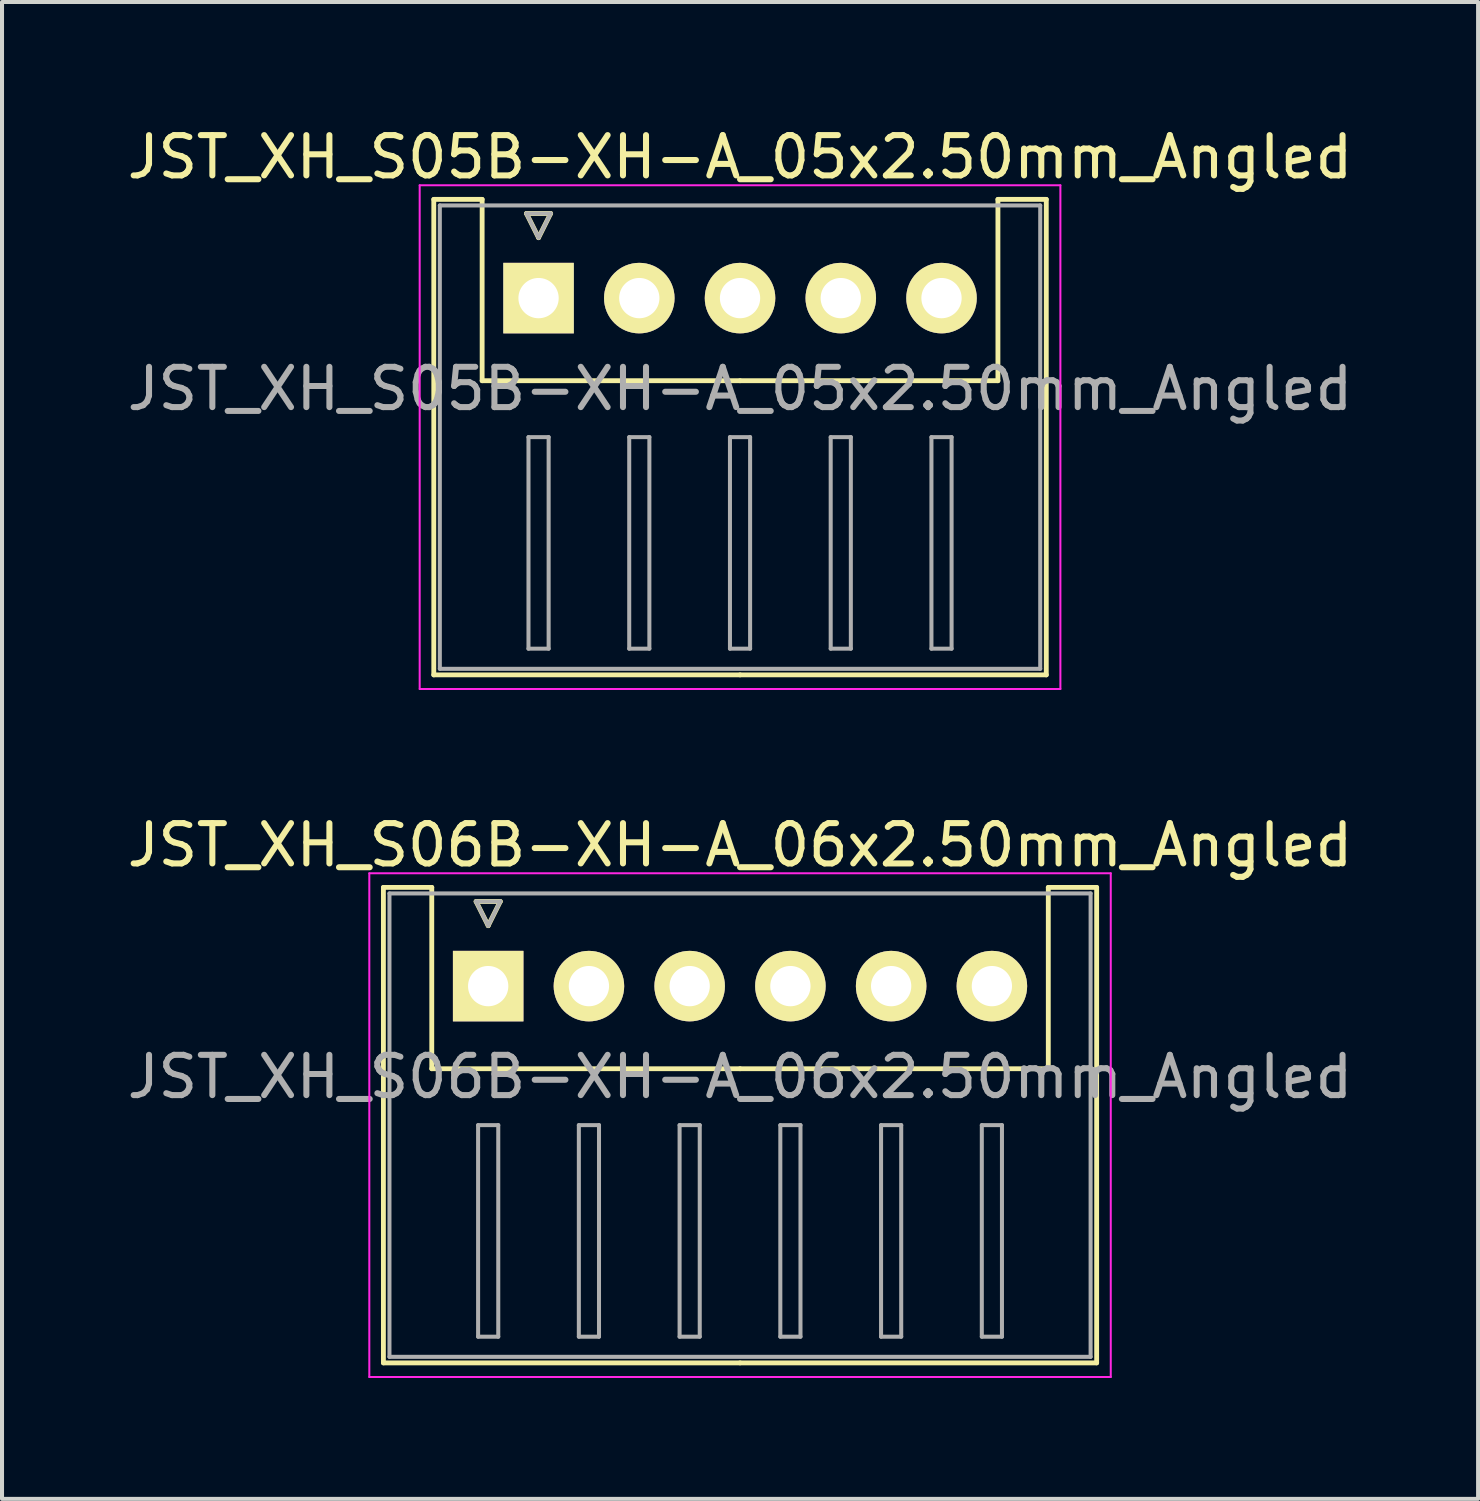
<source format=kicad_pcb>
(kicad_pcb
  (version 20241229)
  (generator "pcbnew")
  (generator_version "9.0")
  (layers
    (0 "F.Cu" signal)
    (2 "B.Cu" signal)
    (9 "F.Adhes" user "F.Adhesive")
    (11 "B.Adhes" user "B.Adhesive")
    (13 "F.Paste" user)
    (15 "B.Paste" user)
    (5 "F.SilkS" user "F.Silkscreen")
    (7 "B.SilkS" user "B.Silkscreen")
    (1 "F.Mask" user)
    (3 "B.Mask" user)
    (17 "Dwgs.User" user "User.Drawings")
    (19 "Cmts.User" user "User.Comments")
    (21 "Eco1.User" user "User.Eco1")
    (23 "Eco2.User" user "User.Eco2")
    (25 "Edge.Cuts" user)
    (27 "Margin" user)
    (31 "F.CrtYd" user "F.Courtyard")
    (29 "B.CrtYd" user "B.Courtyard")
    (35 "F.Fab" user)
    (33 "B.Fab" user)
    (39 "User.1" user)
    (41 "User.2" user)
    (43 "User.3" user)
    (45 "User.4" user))
  (footprint "JST_XH_S05B-XH-A_05x2.50mm_Angled"
    (layer "F.Cu")
    (at 10.315 4.348)
    (property "Reference" "JST_XH_S05B-XH-A_05x2.50mm_Angled" (at 5 -3.5 0) (layer "F.SilkS") (effects (font (size 1 1) (thickness 0.15))))
    (attr through_hole)
    (fp_line (start -2.6 -2.45) (end -1.4 -2.45) (stroke (width 0.12) (type solid)) (layer "F.SilkS"))
    (fp_line (start -2.6 9.35) (end -2.6 -2.45) (stroke (width 0.12) (type solid)) (layer "F.SilkS"))
    (fp_line (start -1.4 -2.45) (end -1.4 2.05) (stroke (width 0.12) (type solid)) (layer "F.SilkS"))
    (fp_line (start -1.4 2.05) (end 5 2.05) (stroke (width 0.12) (type solid)) (layer "F.SilkS"))
    (fp_line (start -0.3 -2.1) (end 0.3 -2.1) (stroke (width 0.12) (type solid)) (layer "F.SilkS"))
    (fp_line (start 0 -1.5) (end -0.3 -2.1) (stroke (width 0.12) (type solid)) (layer "F.SilkS"))
    (fp_line (start 0.3 -2.1) (end 0 -1.5) (stroke (width 0.12) (type solid)) (layer "F.SilkS"))
    (fp_line (start 5 9.35) (end -2.6 9.35) (stroke (width 0.12) (type solid)) (layer "F.SilkS"))
    (fp_line (start 5 9.35) (end 12.6 9.35) (stroke (width 0.12) (type solid)) (layer "F.SilkS"))
    (fp_line (start 11.4 -2.45) (end 11.4 2.05) (stroke (width 0.12) (type solid)) (layer "F.SilkS"))
    (fp_line (start 11.4 2.05) (end 5 2.05) (stroke (width 0.12) (type solid)) (layer "F.SilkS"))
    (fp_line (start 12.6 -2.45) (end 11.4 -2.45) (stroke (width 0.12) (type solid)) (layer "F.SilkS"))
    (fp_line (start 12.6 9.35) (end 12.6 -2.45) (stroke (width 0.12) (type solid)) (layer "F.SilkS"))
    (fp_line (start -2.95 -2.8) (end -2.95 9.7) (stroke (width 0.05) (type solid)) (layer "F.CrtYd"))
    (fp_line (start -2.95 9.7) (end 12.95 9.7) (stroke (width 0.05) (type solid)) (layer "F.CrtYd"))
    (fp_line (start 12.95 -2.8) (end -2.95 -2.8) (stroke (width 0.05) (type solid)) (layer "F.CrtYd"))
    (fp_line (start 12.95 9.7) (end 12.95 -2.8) (stroke (width 0.05) (type solid)) (layer "F.CrtYd"))
    (fp_line (start -2.45 -2.3) (end -2.45 9.2) (stroke (width 0.1) (type solid)) (layer "F.Fab"))
    (fp_line (start -2.45 9.2) (end 12.45 9.2) (stroke (width 0.1) (type solid)) (layer "F.Fab"))
    (fp_line (start -0.3 -2.1) (end 0.3 -2.1) (stroke (width 0.1) (type solid)) (layer "F.Fab"))
    (fp_line (start -0.25 3.45) (end -0.25 8.7) (stroke (width 0.1) (type solid)) (layer "F.Fab"))
    (fp_line (start -0.25 8.7) (end 0.25 8.7) (stroke (width 0.1) (type solid)) (layer "F.Fab"))
    (fp_line (start 0 -1.5) (end -0.3 -2.1) (stroke (width 0.1) (type solid)) (layer "F.Fab"))
    (fp_line (start 0.25 3.45) (end -0.25 3.45) (stroke (width 0.1) (type solid)) (layer "F.Fab"))
    (fp_line (start 0.25 8.7) (end 0.25 3.45) (stroke (width 0.1) (type solid)) (layer "F.Fab"))
    (fp_line (start 0.3 -2.1) (end 0 -1.5) (stroke (width 0.1) (type solid)) (layer "F.Fab"))
    (fp_line (start 2.25 3.45) (end 2.25 8.7) (stroke (width 0.1) (type solid)) (layer "F.Fab"))
    (fp_line (start 2.25 8.7) (end 2.75 8.7) (stroke (width 0.1) (type solid)) (layer "F.Fab"))
    (fp_line (start 2.75 3.45) (end 2.25 3.45) (stroke (width 0.1) (type solid)) (layer "F.Fab"))
    (fp_line (start 2.75 8.7) (end 2.75 3.45) (stroke (width 0.1) (type solid)) (layer "F.Fab"))
    (fp_line (start 4.75 3.45) (end 4.75 8.7) (stroke (width 0.1) (type solid)) (layer "F.Fab"))
    (fp_line (start 4.75 8.7) (end 5.25 8.7) (stroke (width 0.1) (type solid)) (layer "F.Fab"))
    (fp_line (start 5.25 3.45) (end 4.75 3.45) (stroke (width 0.1) (type solid)) (layer "F.Fab"))
    (fp_line (start 5.25 8.7) (end 5.25 3.45) (stroke (width 0.1) (type solid)) (layer "F.Fab"))
    (fp_line (start 7.25 3.45) (end 7.25 8.7) (stroke (width 0.1) (type solid)) (layer "F.Fab"))
    (fp_line (start 7.25 8.7) (end 7.75 8.7) (stroke (width 0.1) (type solid)) (layer "F.Fab"))
    (fp_line (start 7.75 3.45) (end 7.25 3.45) (stroke (width 0.1) (type solid)) (layer "F.Fab"))
    (fp_line (start 7.75 8.7) (end 7.75 3.45) (stroke (width 0.1) (type solid)) (layer "F.Fab"))
    (fp_line (start 9.75 3.45) (end 9.75 8.7) (stroke (width 0.1) (type solid)) (layer "F.Fab"))
    (fp_line (start 9.75 8.7) (end 10.25 8.7) (stroke (width 0.1) (type solid)) (layer "F.Fab"))
    (fp_line (start 10.25 3.45) (end 9.75 3.45) (stroke (width 0.1) (type solid)) (layer "F.Fab"))
    (fp_line (start 10.25 8.7) (end 10.25 3.45) (stroke (width 0.1) (type solid)) (layer "F.Fab"))
    (fp_line (start 12.45 -2.3) (end -2.45 -2.3) (stroke (width 0.1) (type solid)) (layer "F.Fab"))
    (fp_line (start 12.45 9.2) (end 12.45 -2.3) (stroke (width 0.1) (type solid)) (layer "F.Fab"))
    (fp_text user "${REFERENCE}" (at 5 2.25 0) (layer "F.Fab") (effects (font (size 1 1) (thickness 0.15))))
    (pad "1" thru_hole rect (at 0 0) (size 1.75 1.75) (drill 1) (layers "*.Cu" "*.Mask" "F.SilkS"))
    (pad "2" thru_hole circle (at 2.5 0) (size 1.75 1.75) (drill 1) (layers "*.Cu" "*.Mask" "F.SilkS"))
    (pad "3" thru_hole circle (at 5 0) (size 1.75 1.75) (drill 1) (layers "*.Cu" "*.Mask" "F.SilkS"))
    (pad "4" thru_hole circle (at 7.5 0) (size 1.75 1.75) (drill 1) (layers "*.Cu" "*.Mask" "F.SilkS"))
    (pad "5" thru_hole circle (at 10 0) (size 1.75 1.75) (drill 1) (layers "*.Cu" "*.Mask" "F.SilkS")))
  (footprint "JST_XH_S06B-XH-A_06x2.50mm_Angled"
    (layer "F.Cu")
    (at 9.065 21.422)
    (property "Reference" "JST_XH_S06B-XH-A_06x2.50mm_Angled" (at 6.25 -3.5 0) (layer "F.SilkS") (effects (font (size 1 1) (thickness 0.15))))
    (attr through_hole)
    (fp_line (start -2.6 -2.45) (end -1.4 -2.45) (stroke (width 0.12) (type solid)) (layer "F.SilkS"))
    (fp_line (start -2.6 9.35) (end -2.6 -2.45) (stroke (width 0.12) (type solid)) (layer "F.SilkS"))
    (fp_line (start -1.4 -2.45) (end -1.4 2.05) (stroke (width 0.12) (type solid)) (layer "F.SilkS"))
    (fp_line (start -1.4 2.05) (end 6.25 2.05) (stroke (width 0.12) (type solid)) (layer "F.SilkS"))
    (fp_line (start -0.3 -2.1) (end 0.3 -2.1) (stroke (width 0.12) (type solid)) (layer "F.SilkS"))
    (fp_line (start 0 -1.5) (end -0.3 -2.1) (stroke (width 0.12) (type solid)) (layer "F.SilkS"))
    (fp_line (start 0.3 -2.1) (end 0 -1.5) (stroke (width 0.12) (type solid)) (layer "F.SilkS"))
    (fp_line (start 6.25 9.35) (end -2.6 9.35) (stroke (width 0.12) (type solid)) (layer "F.SilkS"))
    (fp_line (start 6.25 9.35) (end 15.1 9.35) (stroke (width 0.12) (type solid)) (layer "F.SilkS"))
    (fp_line (start 13.9 -2.45) (end 13.9 2.05) (stroke (width 0.12) (type solid)) (layer "F.SilkS"))
    (fp_line (start 13.9 2.05) (end 6.25 2.05) (stroke (width 0.12) (type solid)) (layer "F.SilkS"))
    (fp_line (start 15.1 -2.45) (end 13.9 -2.45) (stroke (width 0.12) (type solid)) (layer "F.SilkS"))
    (fp_line (start 15.1 9.35) (end 15.1 -2.45) (stroke (width 0.12) (type solid)) (layer "F.SilkS"))
    (fp_line (start -2.95 -2.8) (end -2.95 9.7) (stroke (width 0.05) (type solid)) (layer "F.CrtYd"))
    (fp_line (start -2.95 9.7) (end 15.45 9.7) (stroke (width 0.05) (type solid)) (layer "F.CrtYd"))
    (fp_line (start 15.45 -2.8) (end -2.95 -2.8) (stroke (width 0.05) (type solid)) (layer "F.CrtYd"))
    (fp_line (start 15.45 9.7) (end 15.45 -2.8) (stroke (width 0.05) (type solid)) (layer "F.CrtYd"))
    (fp_line (start -2.45 -2.3) (end -2.45 9.2) (stroke (width 0.1) (type solid)) (layer "F.Fab"))
    (fp_line (start -2.45 9.2) (end 14.95 9.2) (stroke (width 0.1) (type solid)) (layer "F.Fab"))
    (fp_line (start -0.3 -2.1) (end 0.3 -2.1) (stroke (width 0.1) (type solid)) (layer "F.Fab"))
    (fp_line (start -0.25 3.45) (end -0.25 8.7) (stroke (width 0.1) (type solid)) (layer "F.Fab"))
    (fp_line (start -0.25 8.7) (end 0.25 8.7) (stroke (width 0.1) (type solid)) (layer "F.Fab"))
    (fp_line (start 0 -1.5) (end -0.3 -2.1) (stroke (width 0.1) (type solid)) (layer "F.Fab"))
    (fp_line (start 0.25 3.45) (end -0.25 3.45) (stroke (width 0.1) (type solid)) (layer "F.Fab"))
    (fp_line (start 0.25 8.7) (end 0.25 3.45) (stroke (width 0.1) (type solid)) (layer "F.Fab"))
    (fp_line (start 0.3 -2.1) (end 0 -1.5) (stroke (width 0.1) (type solid)) (layer "F.Fab"))
    (fp_line (start 2.25 3.45) (end 2.25 8.7) (stroke (width 0.1) (type solid)) (layer "F.Fab"))
    (fp_line (start 2.25 8.7) (end 2.75 8.7) (stroke (width 0.1) (type solid)) (layer "F.Fab"))
    (fp_line (start 2.75 3.45) (end 2.25 3.45) (stroke (width 0.1) (type solid)) (layer "F.Fab"))
    (fp_line (start 2.75 8.7) (end 2.75 3.45) (stroke (width 0.1) (type solid)) (layer "F.Fab"))
    (fp_line (start 4.75 3.45) (end 4.75 8.7) (stroke (width 0.1) (type solid)) (layer "F.Fab"))
    (fp_line (start 4.75 8.7) (end 5.25 8.7) (stroke (width 0.1) (type solid)) (layer "F.Fab"))
    (fp_line (start 5.25 3.45) (end 4.75 3.45) (stroke (width 0.1) (type solid)) (layer "F.Fab"))
    (fp_line (start 5.25 8.7) (end 5.25 3.45) (stroke (width 0.1) (type solid)) (layer "F.Fab"))
    (fp_line (start 7.25 3.45) (end 7.25 8.7) (stroke (width 0.1) (type solid)) (layer "F.Fab"))
    (fp_line (start 7.25 8.7) (end 7.75 8.7) (stroke (width 0.1) (type solid)) (layer "F.Fab"))
    (fp_line (start 7.75 3.45) (end 7.25 3.45) (stroke (width 0.1) (type solid)) (layer "F.Fab"))
    (fp_line (start 7.75 8.7) (end 7.75 3.45) (stroke (width 0.1) (type solid)) (layer "F.Fab"))
    (fp_line (start 9.75 3.45) (end 9.75 8.7) (stroke (width 0.1) (type solid)) (layer "F.Fab"))
    (fp_line (start 9.75 8.7) (end 10.25 8.7) (stroke (width 0.1) (type solid)) (layer "F.Fab"))
    (fp_line (start 10.25 3.45) (end 9.75 3.45) (stroke (width 0.1) (type solid)) (layer "F.Fab"))
    (fp_line (start 10.25 8.7) (end 10.25 3.45) (stroke (width 0.1) (type solid)) (layer "F.Fab"))
    (fp_line (start 12.25 3.45) (end 12.25 8.7) (stroke (width 0.1) (type solid)) (layer "F.Fab"))
    (fp_line (start 12.25 8.7) (end 12.75 8.7) (stroke (width 0.1) (type solid)) (layer "F.Fab"))
    (fp_line (start 12.75 3.45) (end 12.25 3.45) (stroke (width 0.1) (type solid)) (layer "F.Fab"))
    (fp_line (start 12.75 8.7) (end 12.75 3.45) (stroke (width 0.1) (type solid)) (layer "F.Fab"))
    (fp_line (start 14.95 -2.3) (end -2.45 -2.3) (stroke (width 0.1) (type solid)) (layer "F.Fab"))
    (fp_line (start 14.95 9.2) (end 14.95 -2.3) (stroke (width 0.1) (type solid)) (layer "F.Fab"))
    (fp_text user "${REFERENCE}" (at 6.25 2.25 0) (layer "F.Fab") (effects (font (size 1 1) (thickness 0.15))))
    (pad "1" thru_hole rect (at 0 0) (size 1.75 1.75) (drill 1) (layers "*.Cu" "*.Mask" "F.SilkS"))
    (pad "2" thru_hole circle (at 2.5 0) (size 1.75 1.75) (drill 1) (layers "*.Cu" "*.Mask" "F.SilkS"))
    (pad "3" thru_hole circle (at 5 0) (size 1.75 1.75) (drill 1) (layers "*.Cu" "*.Mask" "F.SilkS"))
    (pad "4" thru_hole circle (at 7.5 0) (size 1.75 1.75) (drill 1) (layers "*.Cu" "*.Mask" "F.SilkS"))
    (pad "5" thru_hole circle (at 10 0) (size 1.75 1.75) (drill 1) (layers "*.Cu" "*.Mask" "F.SilkS"))
    (pad "6" thru_hole circle (at 12.5 0) (size 1.75 1.75) (drill 1) (layers "*.Cu" "*.Mask" "F.SilkS")))
  (gr_rect
    (start -3 -3)
    (end 33.631 34.147)
    (stroke (width 0.1) (type default))
    (fill no)
    (layer "Edge.Cuts")))
</source>
